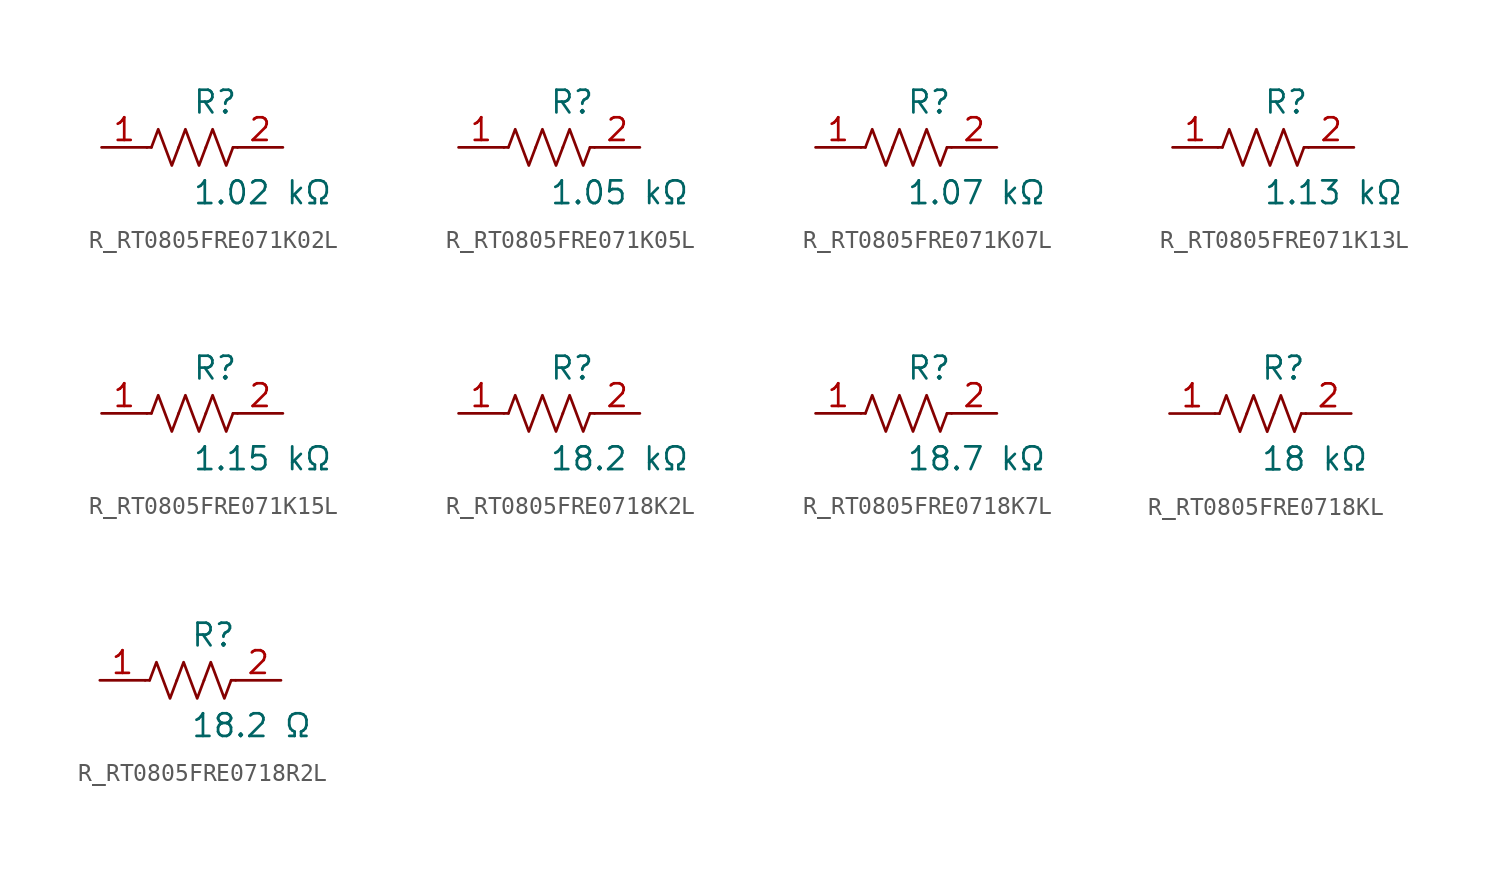
<source format=kicad_sym>
(kicad_symbol_lib
  (version 20231120)
  (generator kicad_symbol_editor)
  (generator_version 8.0)
  (symbol "R_RT0805FRE071K02L"
    (pin_names
      (offset 0.254))
    (property "Reference" "R"
      (at 0 2.54 0)
      (effects (font (size 1.27 1.27)) (justify left)))
    (property "Value" "1.02 kΩ"
      (at 0 -2.54 0)
      (effects (font (size 1.27 1.27)) (justify left)))
    (symbol "R_RT0805FRE071K02L_0_1"
      (polyline (pts (xy 2.286 0) (xy 2.54 0)) (stroke (width 0) (type default)) (fill (type none)))
      (polyline (pts (xy -2.286 0) (xy -2.54 0)) (stroke (width 0) (type default)) (fill (type none)))
      (polyline (pts (xy 0.762 0) (xy 1.143 1.016) (xy 1.524 0) (xy 1.905 -1.016) (xy 2.286 0)) (stroke (width 0) (type default)) (fill (type none)))
      (polyline (pts (xy -0.762 0) (xy -0.381 1.016) (xy 0 0) (xy 0.381 -1.016) (xy 0.762 0)) (stroke (width 0) (type default)) (fill (type none)))
      (polyline (pts (xy -2.286 0) (xy -1.905 1.016) (xy -1.524 0) (xy -1.143 -1.016) (xy -0.762 0)) (stroke (width 0) (type default)) (fill (type none))))
    (pin passive line
      (at -5.08 0 0)
      (length 2.54)
      (name "" (effects (font (size 1.27 1.27))))
      (number "1" (effects (font (size 1.27 1.27)))))
    (pin passive line
      (at 5.08 0 180)
      (length 2.54)
      (name "" (effects (font (size 1.27 1.27))))
      (number "2" (effects (font (size 1.27 1.27))))))
  (symbol "R_RT0805FRE071K05L"
    (pin_names
      (offset 0.254))
    (property "Reference" "R"
      (at 0 2.54 0)
      (effects (font (size 1.27 1.27)) (justify left)))
    (property "Value" "1.05 kΩ"
      (at 0 -2.54 0)
      (effects (font (size 1.27 1.27)) (justify left)))
    (symbol "R_RT0805FRE071K05L_0_1"
      (polyline (pts (xy 2.286 0) (xy 2.54 0)) (stroke (width 0) (type default)) (fill (type none)))
      (polyline (pts (xy -2.286 0) (xy -2.54 0)) (stroke (width 0) (type default)) (fill (type none)))
      (polyline (pts (xy 0.762 0) (xy 1.143 1.016) (xy 1.524 0) (xy 1.905 -1.016) (xy 2.286 0)) (stroke (width 0) (type default)) (fill (type none)))
      (polyline (pts (xy -0.762 0) (xy -0.381 1.016) (xy 0 0) (xy 0.381 -1.016) (xy 0.762 0)) (stroke (width 0) (type default)) (fill (type none)))
      (polyline (pts (xy -2.286 0) (xy -1.905 1.016) (xy -1.524 0) (xy -1.143 -1.016) (xy -0.762 0)) (stroke (width 0) (type default)) (fill (type none))))
    (pin passive line
      (at -5.08 0 0)
      (length 2.54)
      (name "" (effects (font (size 1.27 1.27))))
      (number "1" (effects (font (size 1.27 1.27)))))
    (pin passive line
      (at 5.08 0 180)
      (length 2.54)
      (name "" (effects (font (size 1.27 1.27))))
      (number "2" (effects (font (size 1.27 1.27))))))
  (symbol "R_RT0805FRE071K07L"
    (pin_names
      (offset 0.254))
    (property "Reference" "R"
      (at 0 2.54 0)
      (effects (font (size 1.27 1.27)) (justify left)))
    (property "Value" "1.07 kΩ"
      (at 0 -2.54 0)
      (effects (font (size 1.27 1.27)) (justify left)))
    (symbol "R_RT0805FRE071K07L_0_1"
      (polyline (pts (xy 2.286 0) (xy 2.54 0)) (stroke (width 0) (type default)) (fill (type none)))
      (polyline (pts (xy -2.286 0) (xy -2.54 0)) (stroke (width 0) (type default)) (fill (type none)))
      (polyline (pts (xy 0.762 0) (xy 1.143 1.016) (xy 1.524 0) (xy 1.905 -1.016) (xy 2.286 0)) (stroke (width 0) (type default)) (fill (type none)))
      (polyline (pts (xy -0.762 0) (xy -0.381 1.016) (xy 0 0) (xy 0.381 -1.016) (xy 0.762 0)) (stroke (width 0) (type default)) (fill (type none)))
      (polyline (pts (xy -2.286 0) (xy -1.905 1.016) (xy -1.524 0) (xy -1.143 -1.016) (xy -0.762 0)) (stroke (width 0) (type default)) (fill (type none))))
    (pin passive line
      (at -5.08 0 0)
      (length 2.54)
      (name "" (effects (font (size 1.27 1.27))))
      (number "1" (effects (font (size 1.27 1.27)))))
    (pin passive line
      (at 5.08 0 180)
      (length 2.54)
      (name "" (effects (font (size 1.27 1.27))))
      (number "2" (effects (font (size 1.27 1.27))))))
  (symbol "R_RT0805FRE071K13L"
    (pin_names
      (offset 0.254))
    (property "Reference" "R"
      (at 0 2.54 0)
      (effects (font (size 1.27 1.27)) (justify left)))
    (property "Value" "1.13 kΩ"
      (at 0 -2.54 0)
      (effects (font (size 1.27 1.27)) (justify left)))
    (symbol "R_RT0805FRE071K13L_0_1"
      (polyline (pts (xy 2.286 0) (xy 2.54 0)) (stroke (width 0) (type default)) (fill (type none)))
      (polyline (pts (xy -2.286 0) (xy -2.54 0)) (stroke (width 0) (type default)) (fill (type none)))
      (polyline (pts (xy 0.762 0) (xy 1.143 1.016) (xy 1.524 0) (xy 1.905 -1.016) (xy 2.286 0)) (stroke (width 0) (type default)) (fill (type none)))
      (polyline (pts (xy -0.762 0) (xy -0.381 1.016) (xy 0 0) (xy 0.381 -1.016) (xy 0.762 0)) (stroke (width 0) (type default)) (fill (type none)))
      (polyline (pts (xy -2.286 0) (xy -1.905 1.016) (xy -1.524 0) (xy -1.143 -1.016) (xy -0.762 0)) (stroke (width 0) (type default)) (fill (type none))))
    (pin passive line
      (at -5.08 0 0)
      (length 2.54)
      (name "" (effects (font (size 1.27 1.27))))
      (number "1" (effects (font (size 1.27 1.27)))))
    (pin passive line
      (at 5.08 0 180)
      (length 2.54)
      (name "" (effects (font (size 1.27 1.27))))
      (number "2" (effects (font (size 1.27 1.27))))))
  (symbol "R_RT0805FRE071K15L"
    (pin_names
      (offset 0.254))
    (property "Reference" "R"
      (at 0 2.54 0)
      (effects (font (size 1.27 1.27)) (justify left)))
    (property "Value" "1.15 kΩ"
      (at 0 -2.54 0)
      (effects (font (size 1.27 1.27)) (justify left)))
    (symbol "R_RT0805FRE071K15L_0_1"
      (polyline (pts (xy 2.286 0) (xy 2.54 0)) (stroke (width 0) (type default)) (fill (type none)))
      (polyline (pts (xy -2.286 0) (xy -2.54 0)) (stroke (width 0) (type default)) (fill (type none)))
      (polyline (pts (xy 0.762 0) (xy 1.143 1.016) (xy 1.524 0) (xy 1.905 -1.016) (xy 2.286 0)) (stroke (width 0) (type default)) (fill (type none)))
      (polyline (pts (xy -0.762 0) (xy -0.381 1.016) (xy 0 0) (xy 0.381 -1.016) (xy 0.762 0)) (stroke (width 0) (type default)) (fill (type none)))
      (polyline (pts (xy -2.286 0) (xy -1.905 1.016) (xy -1.524 0) (xy -1.143 -1.016) (xy -0.762 0)) (stroke (width 0) (type default)) (fill (type none))))
    (pin passive line
      (at -5.08 0 0)
      (length 2.54)
      (name "" (effects (font (size 1.27 1.27))))
      (number "1" (effects (font (size 1.27 1.27)))))
    (pin passive line
      (at 5.08 0 180)
      (length 2.54)
      (name "" (effects (font (size 1.27 1.27))))
      (number "2" (effects (font (size 1.27 1.27))))))
  (symbol "R_RT0805FRE0718K2L"
    (pin_names
      (offset 0.254))
    (property "Reference" "R"
      (at 0 2.54 0)
      (effects (font (size 1.27 1.27)) (justify left)))
    (property "Value" "18.2 kΩ"
      (at 0 -2.54 0)
      (effects (font (size 1.27 1.27)) (justify left)))
    (symbol "R_RT0805FRE0718K2L_0_1"
      (polyline (pts (xy 2.286 0) (xy 2.54 0)) (stroke (width 0) (type default)) (fill (type none)))
      (polyline (pts (xy -2.286 0) (xy -2.54 0)) (stroke (width 0) (type default)) (fill (type none)))
      (polyline (pts (xy 0.762 0) (xy 1.143 1.016) (xy 1.524 0) (xy 1.905 -1.016) (xy 2.286 0)) (stroke (width 0) (type default)) (fill (type none)))
      (polyline (pts (xy -0.762 0) (xy -0.381 1.016) (xy 0 0) (xy 0.381 -1.016) (xy 0.762 0)) (stroke (width 0) (type default)) (fill (type none)))
      (polyline (pts (xy -2.286 0) (xy -1.905 1.016) (xy -1.524 0) (xy -1.143 -1.016) (xy -0.762 0)) (stroke (width 0) (type default)) (fill (type none))))
    (pin passive line
      (at -5.08 0 0)
      (length 2.54)
      (name "" (effects (font (size 1.27 1.27))))
      (number "1" (effects (font (size 1.27 1.27)))))
    (pin passive line
      (at 5.08 0 180)
      (length 2.54)
      (name "" (effects (font (size 1.27 1.27))))
      (number "2" (effects (font (size 1.27 1.27))))))
  (symbol "R_RT0805FRE0718K7L"
    (pin_names
      (offset 0.254))
    (property "Reference" "R"
      (at 0 2.54 0)
      (effects (font (size 1.27 1.27)) (justify left)))
    (property "Value" "18.7 kΩ"
      (at 0 -2.54 0)
      (effects (font (size 1.27 1.27)) (justify left)))
    (symbol "R_RT0805FRE0718K7L_0_1"
      (polyline (pts (xy 2.286 0) (xy 2.54 0)) (stroke (width 0) (type default)) (fill (type none)))
      (polyline (pts (xy -2.286 0) (xy -2.54 0)) (stroke (width 0) (type default)) (fill (type none)))
      (polyline (pts (xy 0.762 0) (xy 1.143 1.016) (xy 1.524 0) (xy 1.905 -1.016) (xy 2.286 0)) (stroke (width 0) (type default)) (fill (type none)))
      (polyline (pts (xy -0.762 0) (xy -0.381 1.016) (xy 0 0) (xy 0.381 -1.016) (xy 0.762 0)) (stroke (width 0) (type default)) (fill (type none)))
      (polyline (pts (xy -2.286 0) (xy -1.905 1.016) (xy -1.524 0) (xy -1.143 -1.016) (xy -0.762 0)) (stroke (width 0) (type default)) (fill (type none))))
    (pin passive line
      (at -5.08 0 0)
      (length 2.54)
      (name "" (effects (font (size 1.27 1.27))))
      (number "1" (effects (font (size 1.27 1.27)))))
    (pin passive line
      (at 5.08 0 180)
      (length 2.54)
      (name "" (effects (font (size 1.27 1.27))))
      (number "2" (effects (font (size 1.27 1.27))))))
  (symbol "R_RT0805FRE0718KL"
    (pin_names
      (offset 0.254))
    (property "Reference" "R"
      (at 0 2.54 0)
      (effects (font (size 1.27 1.27)) (justify left)))
    (property "Value" "18 kΩ"
      (at 0 -2.54 0)
      (effects (font (size 1.27 1.27)) (justify left)))
    (symbol "R_RT0805FRE0718KL_0_1"
      (polyline (pts (xy 2.286 0) (xy 2.54 0)) (stroke (width 0) (type default)) (fill (type none)))
      (polyline (pts (xy -2.286 0) (xy -2.54 0)) (stroke (width 0) (type default)) (fill (type none)))
      (polyline (pts (xy 0.762 0) (xy 1.143 1.016) (xy 1.524 0) (xy 1.905 -1.016) (xy 2.286 0)) (stroke (width 0) (type default)) (fill (type none)))
      (polyline (pts (xy -0.762 0) (xy -0.381 1.016) (xy 0 0) (xy 0.381 -1.016) (xy 0.762 0)) (stroke (width 0) (type default)) (fill (type none)))
      (polyline (pts (xy -2.286 0) (xy -1.905 1.016) (xy -1.524 0) (xy -1.143 -1.016) (xy -0.762 0)) (stroke (width 0) (type default)) (fill (type none))))
    (pin passive line
      (at -5.08 0 0)
      (length 2.54)
      (name "" (effects (font (size 1.27 1.27))))
      (number "1" (effects (font (size 1.27 1.27)))))
    (pin passive line
      (at 5.08 0 180)
      (length 2.54)
      (name "" (effects (font (size 1.27 1.27))))
      (number "2" (effects (font (size 1.27 1.27))))))
  (symbol "R_RT0805FRE0718R2L"
    (pin_names
      (offset 0.254))
    (property "Reference" "R"
      (at 0 2.54 0)
      (effects (font (size 1.27 1.27)) (justify left)))
    (property "Value" "18.2 Ω"
      (at 0 -2.54 0)
      (effects (font (size 1.27 1.27)) (justify left)))
    (symbol "R_RT0805FRE0718R2L_0_1"
      (polyline (pts (xy 2.286 0) (xy 2.54 0)) (stroke (width 0) (type default)) (fill (type none)))
      (polyline (pts (xy -2.286 0) (xy -2.54 0)) (stroke (width 0) (type default)) (fill (type none)))
      (polyline (pts (xy 0.762 0) (xy 1.143 1.016) (xy 1.524 0) (xy 1.905 -1.016) (xy 2.286 0)) (stroke (width 0) (type default)) (fill (type none)))
      (polyline (pts (xy -0.762 0) (xy -0.381 1.016) (xy 0 0) (xy 0.381 -1.016) (xy 0.762 0)) (stroke (width 0) (type default)) (fill (type none)))
      (polyline (pts (xy -2.286 0) (xy -1.905 1.016) (xy -1.524 0) (xy -1.143 -1.016) (xy -0.762 0)) (stroke (width 0) (type default)) (fill (type none))))
    (pin passive line
      (at -5.08 0 0)
      (length 2.54)
      (name "" (effects (font (size 1.27 1.27))))
      (number "1" (effects (font (size 1.27 1.27)))))
    (pin passive line
      (at 5.08 0 180)
      (length 2.54)
      (name "" (effects (font (size 1.27 1.27))))
      (number "2" (effects (font (size 1.27 1.27)))))))
</source>
